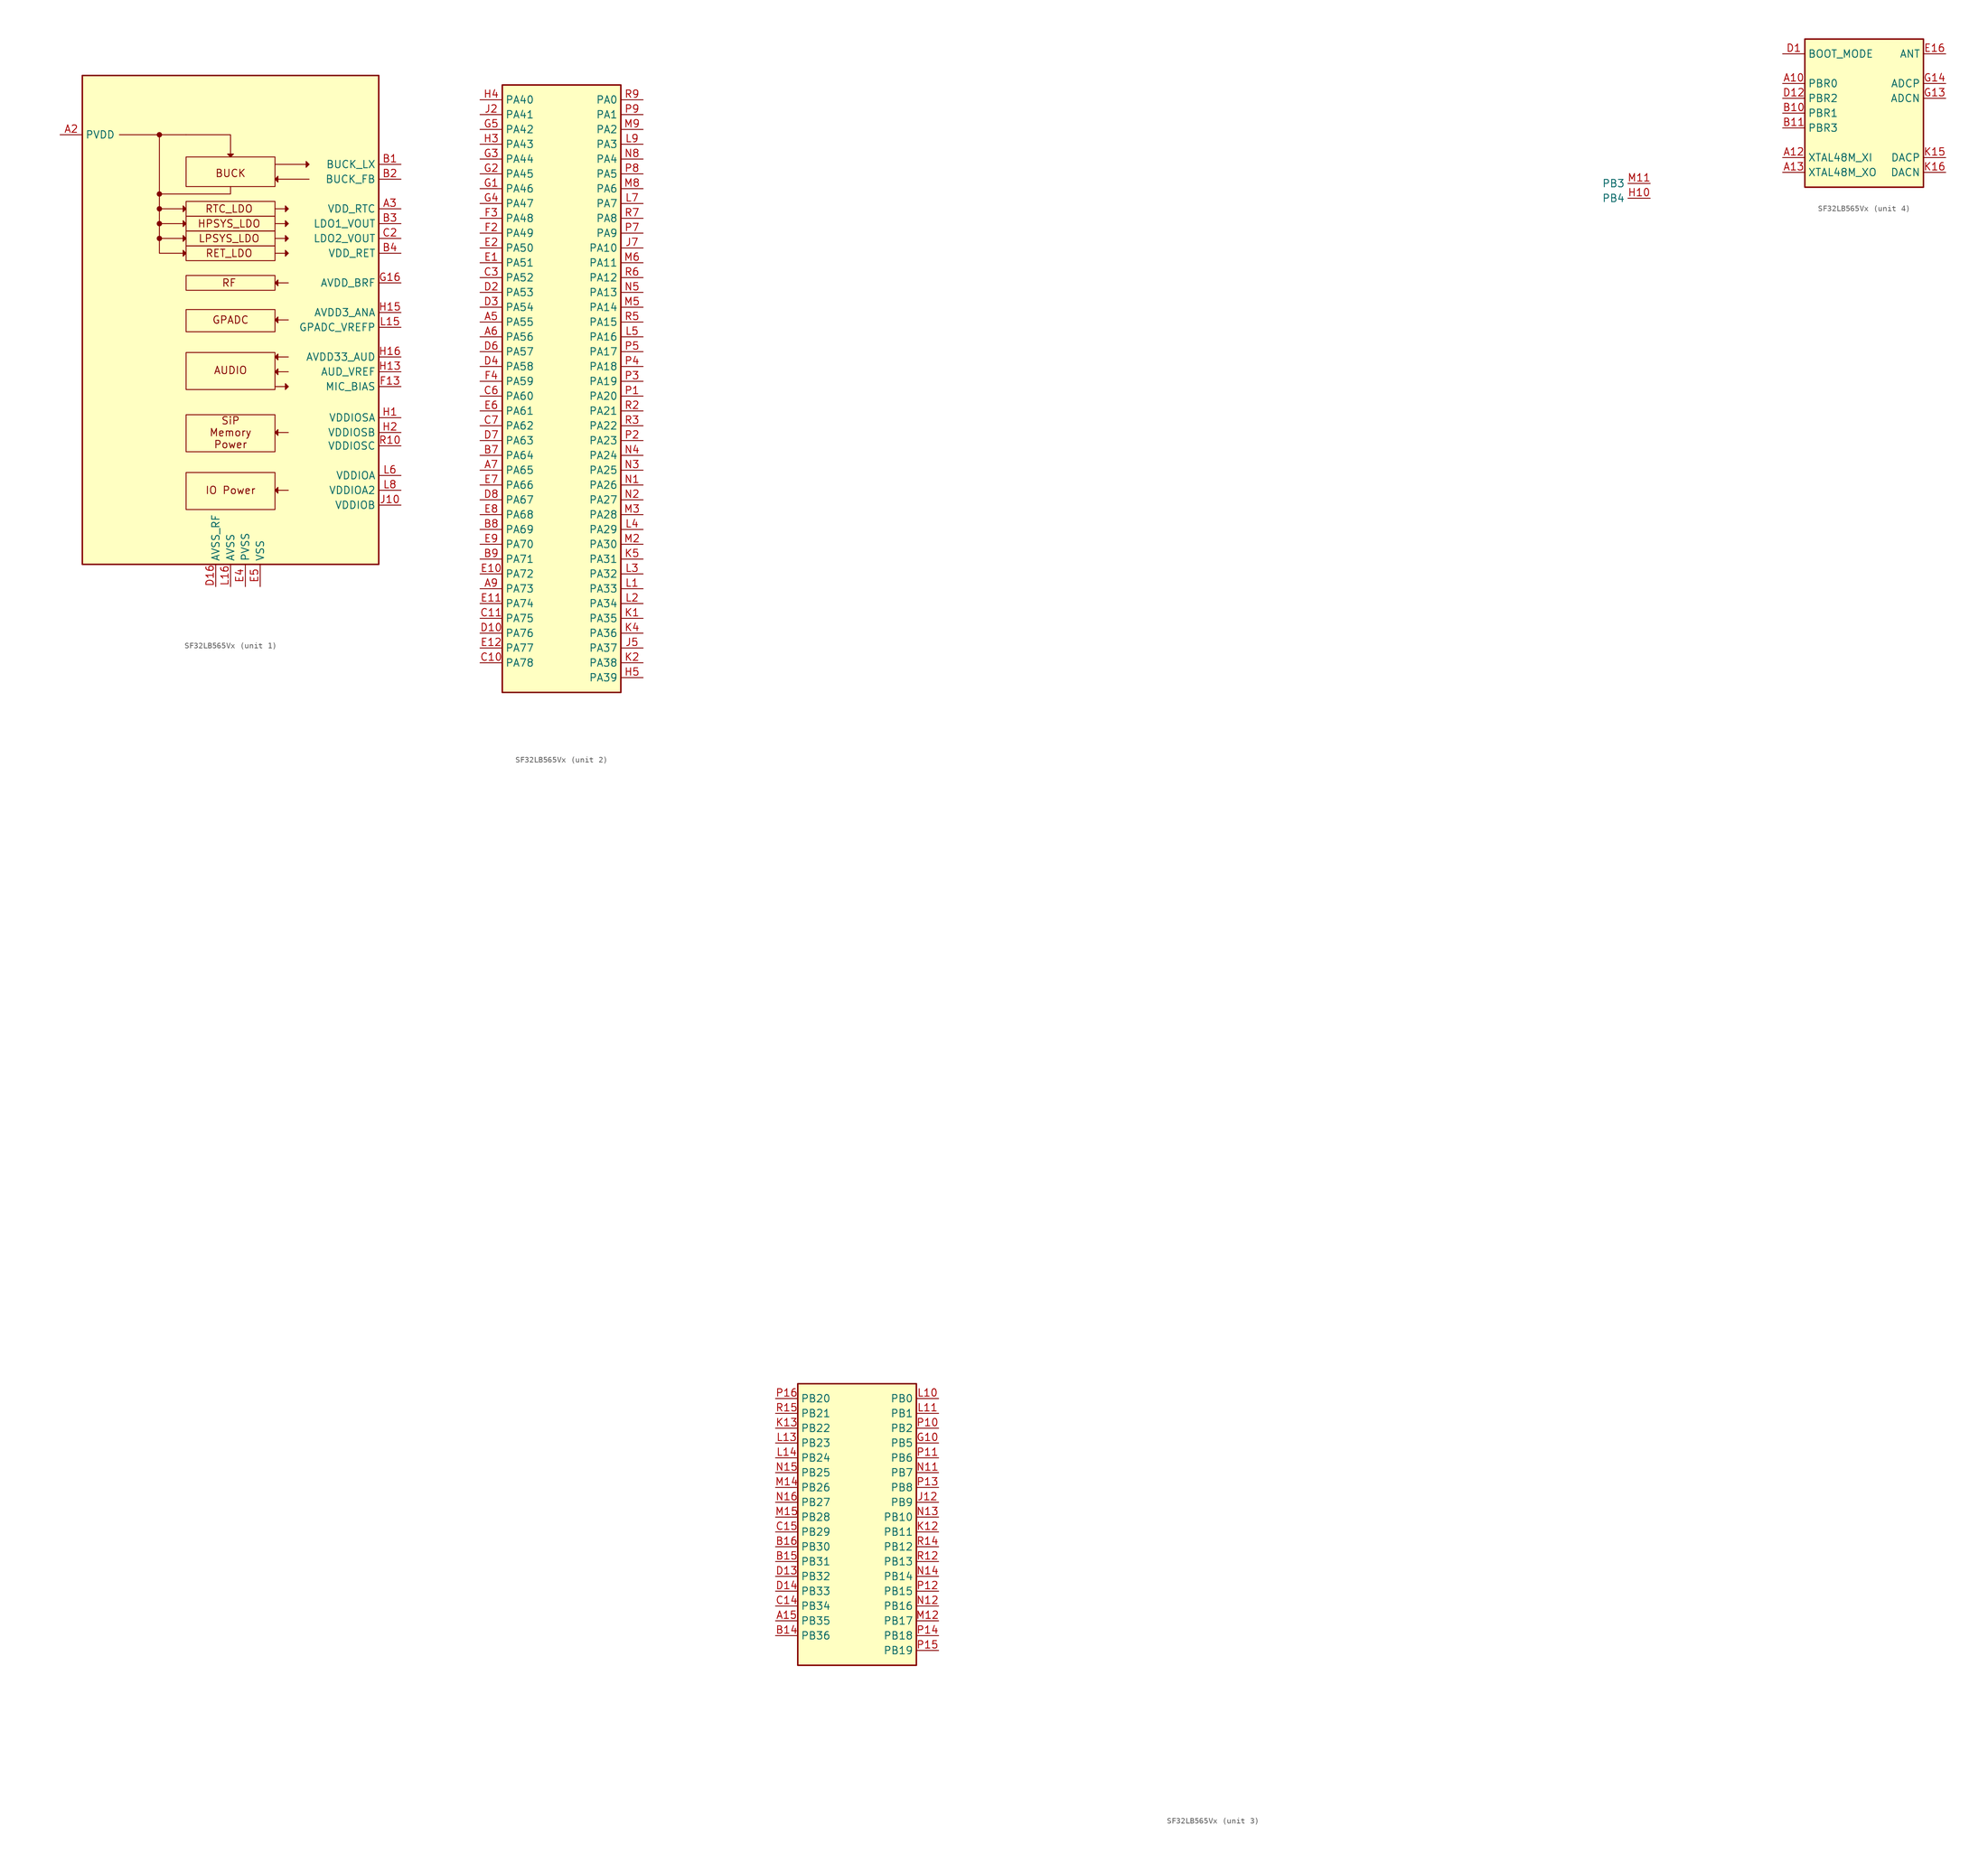
<source format=kicad_sym>
(kicad_symbol_lib
  (version 20241209)
  (generator "kicad_symbol_editor")
  (generator_version "9.0")
  (symbol "SF32LB565Vx"
    (property "Reference" "U"
      (at 0 50.8 0)
      (effects (font (size 1.27 1.27)) (hide yes)))
    (property "Value" ""
      (at 0 0 0)
      (effects (font (size 1.27 1.27))))
    (property "ki_locked" ""
      (at 0 0 0)
      (effects (font (size 1.27 1.27))))
    (symbol "SF32LB565Vx_1_0"
      (pin passive line (at 5.08 -45.72 90) (length 2.54) (hide yes) (name "VSS" (effects (font (size 1.27 1.27)))) (number "G9" (effects (font (size 1.27 1.27)))))
      (pin passive line (at 5.08 -45.72 90) (length 2.54) (hide yes) (name "VSS" (effects (font (size 1.27 1.27)))) (number "H7" (effects (font (size 1.27 1.27))))))
    (symbol "SF32LB565Vx_1_1"
      (rectangle (start -25.4 40.64) (end 25.4 -43.18) (stroke (width 0.254) (type solid)) (fill (type background)))
      (circle (center -12.192 30.48) (radius 0.381) (stroke (width 0) (type default)) (fill (type outline)))
      (circle (center -12.192 20.32) (radius 0.381) (stroke (width 0) (type default)) (fill (type outline)))
      (polyline (pts (xy -12.192 20.32) (xy -12.192 30.48)) (stroke (width 0) (type default)) (fill (type none)))
      (circle (center -12.192 17.78) (radius 0.381) (stroke (width 0) (type default)) (fill (type outline)))
      (circle (center -12.192 15.24) (radius 0.381) (stroke (width 0) (type default)) (fill (type outline)))
      (circle (center -12.192 12.7) (radius 0.381) (stroke (width 0) (type default)) (fill (type outline)))
      (polyline (pts (xy -7.62 30.48) (xy -19.05 30.48)) (stroke (width 0) (type default)) (fill (type none)))
      (rectangle (start -7.62 26.67) (end 7.62 21.59) (stroke (width 0) (type default)) (fill (type none)))
      (rectangle (start -7.62 19.05) (end 7.62 16.51) (stroke (width 0) (type default)) (fill (type none)))
      (polyline (pts (xy -7.62 17.78) (xy -12.192 17.78)) (stroke (width 0) (type default)) (fill (type none)))
      (polyline (pts (xy -7.62 17.78) (xy -8.128 18.288) (xy -8.128 17.272) (xy -7.62 17.78)) (stroke (width 0) (type default)) (fill (type outline)))
      (rectangle (start -7.62 16.51) (end 7.62 13.97) (stroke (width 0) (type default)) (fill (type none)))
      (polyline (pts (xy -7.62 15.24) (xy -12.192 15.24)) (stroke (width 0) (type default)) (fill (type none)))
      (polyline (pts (xy -7.62 15.24) (xy -8.128 15.748) (xy -8.128 14.732) (xy -7.62 15.24)) (stroke (width 0) (type default)) (fill (type outline)))
      (rectangle (start -7.62 13.97) (end 7.62 11.43) (stroke (width 0) (type default)) (fill (type none)))
      (polyline (pts (xy -7.62 12.7) (xy -12.192 12.7)) (stroke (width 0) (type default)) (fill (type none)))
      (polyline (pts (xy -7.62 12.7) (xy -8.128 13.208) (xy -8.128 12.192) (xy -7.62 12.7)) (stroke (width 0) (type default)) (fill (type outline)))
      (rectangle (start -7.62 11.43) (end 7.62 8.89) (stroke (width 0) (type default)) (fill (type none)))
      (polyline (pts (xy -7.62 10.16) (xy -8.128 10.668) (xy -8.128 9.652) (xy -7.62 10.16)) (stroke (width 0) (type default)) (fill (type outline)))
      (rectangle (start -7.62 6.35) (end 7.62 3.81) (stroke (width 0) (type default)) (fill (type none)))
      (rectangle (start -7.62 0.508) (end 7.62 -3.302) (stroke (width 0) (type default)) (fill (type none)))
      (rectangle (start -7.62 -6.858) (end 7.62 -13.208) (stroke (width 0) (type default)) (fill (type none)))
      (rectangle (start -7.62 -17.526) (end 7.62 -23.876) (stroke (width 0) (type default)) (fill (type none)))
      (rectangle (start -7.62 -27.432) (end 7.62 -33.782) (stroke (width 0) (type default)) (fill (type none)))
      (polyline (pts (xy 0 26.67) (xy 0 30.48) (xy -7.62 30.48)) (stroke (width 0) (type default)) (fill (type none)))
      (polyline (pts (xy 0 26.67) (xy 0.508 27.178) (xy -0.508 27.178) (xy 0 26.67)) (stroke (width 0) (type default)) (fill (type outline)))
      (polyline (pts (xy 0 21.59) (xy 0 20.32) (xy -12.192 20.32) (xy -12.192 10.16) (xy -7.874 10.16)) (stroke (width 0) (type default)) (fill (type none)))
      (polyline (pts (xy 7.62 25.4) (xy 13.462 25.4)) (stroke (width 0) (type default)) (fill (type none)))
      (polyline (pts (xy 7.62 22.86) (xy 13.462 22.86)) (stroke (width 0) (type default)) (fill (type none)))
      (polyline (pts (xy 7.62 22.86) (xy 8.128 22.352) (xy 8.128 23.368) (xy 7.62 22.86)) (stroke (width 0) (type default)) (fill (type outline)))
      (polyline (pts (xy 7.62 17.78) (xy 9.906 17.78)) (stroke (width 0) (type default)) (fill (type none)))
      (polyline (pts (xy 7.62 15.24) (xy 9.906 15.24)) (stroke (width 0) (type default)) (fill (type none)))
      (polyline (pts (xy 7.62 12.7) (xy 9.906 12.7)) (stroke (width 0) (type default)) (fill (type none)))
      (polyline (pts (xy 7.62 10.16) (xy 9.906 10.16)) (stroke (width 0) (type default)) (fill (type none)))
      (polyline (pts (xy 7.62 5.08) (xy 9.906 5.08)) (stroke (width 0) (type default)) (fill (type none)))
      (polyline (pts (xy 7.62 5.08) (xy 8.128 5.588) (xy 8.128 4.572) (xy 7.62 5.08)) (stroke (width 0) (type default)) (fill (type outline)))
      (polyline (pts (xy 7.62 -1.27) (xy 9.906 -1.27)) (stroke (width 0) (type default)) (fill (type none)))
      (polyline (pts (xy 7.62 -1.27) (xy 8.128 -1.778) (xy 8.128 -0.762) (xy 7.62 -1.27)) (stroke (width 0) (type default)) (fill (type outline)))
      (polyline (pts (xy 7.62 -7.62) (xy 9.906 -7.62)) (stroke (width 0) (type default)) (fill (type none)))
      (polyline (pts (xy 7.62 -7.62) (xy 8.128 -8.128) (xy 8.128 -7.112) (xy 7.62 -7.62)) (stroke (width 0) (type default)) (fill (type outline)))
      (polyline (pts (xy 7.62 -10.16) (xy 9.906 -10.16)) (stroke (width 0) (type default)) (fill (type none)))
      (polyline (pts (xy 7.62 -10.16) (xy 8.128 -10.668) (xy 8.128 -9.652) (xy 7.62 -10.16)) (stroke (width 0) (type default)) (fill (type outline)))
      (polyline (pts (xy 7.62 -20.574) (xy 9.906 -20.574)) (stroke (width 0) (type default)) (fill (type none)))
      (polyline (pts (xy 7.62 -20.574) (xy 8.128 -21.082) (xy 8.128 -20.066) (xy 7.62 -20.574)) (stroke (width 0) (type default)) (fill (type outline)))
      (polyline (pts (xy 7.62 -30.48) (xy 9.906 -30.48)) (stroke (width 0) (type default)) (fill (type none)))
      (polyline (pts (xy 7.62 -30.48) (xy 8.128 -30.988) (xy 8.128 -29.972) (xy 7.62 -30.48)) (stroke (width 0) (type default)) (fill (type outline)))
      (polyline (pts (xy 9.906 17.78) (xy 9.398 18.288) (xy 9.398 17.272) (xy 9.906 17.78)) (stroke (width 0) (type default)) (fill (type outline)))
      (polyline (pts (xy 9.906 15.24) (xy 9.398 15.748) (xy 9.398 14.732) (xy 9.906 15.24)) (stroke (width 0) (type default)) (fill (type outline)))
      (polyline (pts (xy 9.906 12.7) (xy 9.398 13.208) (xy 9.398 12.192) (xy 9.906 12.7)) (stroke (width 0) (type default)) (fill (type outline)))
      (polyline (pts (xy 9.906 10.16) (xy 9.398 10.668) (xy 9.398 9.652) (xy 9.906 10.16)) (stroke (width 0) (type default)) (fill (type outline)))
      (polyline (pts (xy 9.906 -12.7) (xy 7.62 -12.7)) (stroke (width 0) (type default)) (fill (type none)))
      (polyline (pts (xy 9.906 -12.7) (xy 9.398 -13.208) (xy 9.398 -12.192) (xy 9.906 -12.7)) (stroke (width 0) (type default)) (fill (type outline)))
      (polyline (pts (xy 13.462 25.4) (xy 12.954 25.908) (xy 12.954 24.892) (xy 13.462 25.4)) (stroke (width 0) (type default)) (fill (type outline)))
      (text "RTC_LDO" (at -0.254 17.78 0) (effects (font (size 1.27 1.27))))
      (text "HPSYS_LDO" (at -0.254 15.24 0) (effects (font (size 1.27 1.27))))
      (text "LPSYS_LDO" (at -0.254 12.7 0) (effects (font (size 1.27 1.27))))
      (text "RET_LDO" (at -0.254 10.16 0) (effects (font (size 1.27 1.27))))
      (text "RF" (at -0.254 5.08 0) (effects (font (size 1.27 1.27))))
      (text "BUCK" (at 0 23.876 0) (effects (font (size 1.27 1.27))))
      (text "GPADC" (at 0 -1.27 0) (effects (font (size 1.27 1.27))))
      (text "AUDIO" (at 0 -9.906 0) (effects (font (size 1.27 1.27))))
      (text "SiP\nMemory\nPower" (at 0 -20.574 0) (effects (font (size 1.27 1.27))))
      (text "IO Power" (at 0 -30.48 0) (effects (font (size 1.27 1.27))))
      (pin power_in line (at -29.21 30.48 0) (length 3.81) (name "PVDD" (effects (font (size 1.27 1.27)))) (number "A2" (effects (font (size 1.27 1.27)))))
      (pin passive line (at -2.54 -46.99 90) (length 3.81) (hide yes) (name "AVSS_RF" (effects (font (size 1.27 1.27)))) (number "B13" (effects (font (size 1.27 1.27)))))
      (pin power_in line (at -2.54 -46.99 90) (length 3.81) (name "AVSS_RF" (effects (font (size 1.27 1.27)))) (number "D16" (effects (font (size 1.27 1.27)))))
      (pin passive line (at -2.54 -46.99 90) (length 3.81) (hide yes) (name "AVSS_RF" (effects (font (size 1.27 1.27)))) (number "F15" (effects (font (size 1.27 1.27)))))
      (pin passive line (at -2.54 -46.99 90) (length 3.81) (hide yes) (name "AVSS_RF" (effects (font (size 1.27 1.27)))) (number "G15" (effects (font (size 1.27 1.27)))))
      (pin passive line (at 0 -46.99 90) (length 3.81) (hide yes) (name "AVSS" (effects (font (size 1.27 1.27)))) (number "B12" (effects (font (size 1.27 1.27)))))
      (pin passive line (at 0 -46.99 90) (length 3.81) (hide yes) (name "AVSS" (effects (font (size 1.27 1.27)))) (number "H14" (effects (font (size 1.27 1.27)))))
      (pin passive line (at 0 -46.99 90) (length 3.81) (hide yes) (name "AVSS" (effects (font (size 1.27 1.27)))) (number "J15" (effects (font (size 1.27 1.27)))))
      (pin power_in line (at 0 -46.99 90) (length 3.81) (name "AVSS" (effects (font (size 1.27 1.27)))) (number "L16" (effects (font (size 1.27 1.27)))))
      (pin power_in line (at 2.54 -46.99 90) (length 3.81) (name "PVSS" (effects (font (size 1.27 1.27)))) (number "E4" (effects (font (size 1.27 1.27)))))
      (pin passive line (at 5.08 -46.99 90) (length 3.81) (hide yes) (name "VSS" (effects (font (size 1.27 1.27)))) (number "A1" (effects (font (size 1.27 1.27)))))
      (pin passive line (at 5.08 -46.99 90) (length 3.81) (hide yes) (name "VSS" (effects (font (size 1.27 1.27)))) (number "A16" (effects (font (size 1.27 1.27)))))
      (pin passive line (at 5.08 -46.99 90) (length 3.81) (hide yes) (name "VSS" (effects (font (size 1.27 1.27)))) (number "B5" (effects (font (size 1.27 1.27)))))
      (pin passive line (at 5.08 -46.99 90) (length 3.81) (hide yes) (name "VSS" (effects (font (size 1.27 1.27)))) (number "E13" (effects (font (size 1.27 1.27)))))
      (pin power_in line (at 5.08 -46.99 90) (length 3.81) (name "VSS" (effects (font (size 1.27 1.27)))) (number "E5" (effects (font (size 1.27 1.27)))))
      (pin passive line (at 5.08 -46.99 90) (length 3.81) (hide yes) (name "VSS" (effects (font (size 1.27 1.27)))) (number "F12" (effects (font (size 1.27 1.27)))))
      (pin passive line (at 5.08 -46.99 90) (length 3.81) (hide yes) (name "VSS" (effects (font (size 1.27 1.27)))) (number "G12" (effects (font (size 1.27 1.27)))))
      (pin passive line (at 5.08 -46.99 90) (length 3.81) (hide yes) (name "VSS" (effects (font (size 1.27 1.27)))) (number "G7" (effects (font (size 1.27 1.27)))))
      (pin passive line (at 5.08 -46.99 90) (length 3.81) (hide yes) (name "VSS" (effects (font (size 1.27 1.27)))) (number "G8" (effects (font (size 1.27 1.27)))))
      (pin passive line (at 5.08 -46.99 90) (length 3.81) (hide yes) (name "VSS" (effects (font (size 1.27 1.27)))) (number "H12" (effects (font (size 1.27 1.27)))))
      (pin passive line (at 5.08 -46.99 90) (length 3.81) (hide yes) (name "VSS" (effects (font (size 1.27 1.27)))) (number "H8" (effects (font (size 1.27 1.27)))))
      (pin passive line (at 5.08 -46.99 90) (length 3.81) (hide yes) (name "VSS" (effects (font (size 1.27 1.27)))) (number "H9" (effects (font (size 1.27 1.27)))))
      (pin passive line (at 5.08 -46.99 90) (length 3.81) (hide yes) (name "VSS" (effects (font (size 1.27 1.27)))) (number "J8" (effects (font (size 1.27 1.27)))))
      (pin passive line (at 5.08 -46.99 90) (length 3.81) (hide yes) (name "VSS" (effects (font (size 1.27 1.27)))) (number "J9" (effects (font (size 1.27 1.27)))))
      (pin passive line (at 5.08 -46.99 90) (length 3.81) (hide yes) (name "VSS" (effects (font (size 1.27 1.27)))) (number "L12" (effects (font (size 1.27 1.27)))))
      (pin passive line (at 5.08 -46.99 90) (length 3.81) (hide yes) (name "VSS" (effects (font (size 1.27 1.27)))) (number "R1" (effects (font (size 1.27 1.27)))))
      (pin passive line (at 5.08 -46.99 90) (length 3.81) (hide yes) (name "VSS" (effects (font (size 1.27 1.27)))) (number "R16" (effects (font (size 1.27 1.27)))))
      (pin output line (at 29.21 25.4 180) (length 3.81) (name "BUCK_LX" (effects (font (size 1.27 1.27)))) (number "B1" (effects (font (size 1.27 1.27)))))
      (pin power_in line (at 29.21 22.86 180) (length 3.81) (name "BUCK_FB" (effects (font (size 1.27 1.27)))) (number "B2" (effects (font (size 1.27 1.27)))))
      (pin power_out line (at 29.21 17.78 180) (length 3.81) (name "VDD_RTC" (effects (font (size 1.27 1.27)))) (number "A3" (effects (font (size 1.27 1.27)))))
      (pin power_out line (at 29.21 15.24 180) (length 3.81) (name "LDO1_VOUT" (effects (font (size 1.27 1.27)))) (number "B3" (effects (font (size 1.27 1.27)))))
      (pin power_out line (at 29.21 12.7 180) (length 3.81) (name "LDO2_VOUT" (effects (font (size 1.27 1.27)))) (number "C2" (effects (font (size 1.27 1.27)))))
      (pin power_out line (at 29.21 10.16 180) (length 3.81) (name "VDD_RET" (effects (font (size 1.27 1.27)))) (number "B4" (effects (font (size 1.27 1.27)))))
      (pin power_in line (at 29.21 5.08 180) (length 3.81) (name "AVDD_BRF" (effects (font (size 1.27 1.27)))) (number "G16" (effects (font (size 1.27 1.27)))))
      (pin power_in line (at 29.21 0 180) (length 3.81) (name "AVDD3_ANA" (effects (font (size 1.27 1.27)))) (number "H15" (effects (font (size 1.27 1.27)))))
      (pin power_in line (at 29.21 -2.54 180) (length 3.81) (name "GPADC_VREFP" (effects (font (size 1.27 1.27)))) (number "L15" (effects (font (size 1.27 1.27)))))
      (pin power_in line (at 29.21 -7.62 180) (length 3.81) (name "AVDD33_AUD" (effects (font (size 1.27 1.27)))) (number "H16" (effects (font (size 1.27 1.27)))))
      (pin power_in line (at 29.21 -10.16 180) (length 3.81) (name "AUD_VREF" (effects (font (size 1.27 1.27)))) (number "H13" (effects (font (size 1.27 1.27)))))
      (pin power_out line (at 29.21 -12.7 180) (length 3.81) (name "MIC_BIAS" (effects (font (size 1.27 1.27)))) (number "F13" (effects (font (size 1.27 1.27)))))
      (pin power_in line (at 29.21 -18.034 180) (length 3.81) (name "VDDIOSA" (effects (font (size 1.27 1.27)))) (number "H1" (effects (font (size 1.27 1.27)))))
      (pin power_in line (at 29.21 -20.574 180) (length 3.81) (name "VDDIOSB" (effects (font (size 1.27 1.27)))) (number "H2" (effects (font (size 1.27 1.27)))))
      (pin power_in line (at 29.21 -22.86 180) (length 3.81) (name "VDDIOSC" (effects (font (size 1.27 1.27)))) (number "R10" (effects (font (size 1.27 1.27)))))
      (pin power_in line (at 29.21 -27.94 180) (length 3.81) (name "VDDIOA" (effects (font (size 1.27 1.27)))) (number "L6" (effects (font (size 1.27 1.27)))))
      (pin power_in line (at 29.21 -30.48 180) (length 3.81) (name "VDDIOA2" (effects (font (size 1.27 1.27)))) (number "L8" (effects (font (size 1.27 1.27)))))
      (pin power_in line (at 29.21 -33.02 180) (length 3.81) (name "VDDIOB" (effects (font (size 1.27 1.27)))) (number "J10" (effects (font (size 1.27 1.27))))))
    (symbol "SF32LB565Vx_2_0"
      (pin bidirectional line (at 13.97 -38.1 180) (length 3.81) (name "PA35" (effects (font (size 1.27 1.27)))) (number "K1" (effects (font (size 1.27 1.27))))))
    (symbol "SF32LB565Vx_2_1"
      (rectangle (start -10.16 53.34) (end 10.16 -50.8) (stroke (width 0.254) (type solid)) (fill (type background)))
      (pin bidirectional line (at -13.97 50.8 0) (length 3.81) (name "PA40" (effects (font (size 1.27 1.27)))) (number "H4" (effects (font (size 1.27 1.27)))))
      (pin bidirectional line (at -13.97 48.26 0) (length 3.81) (name "PA41" (effects (font (size 1.27 1.27)))) (number "J2" (effects (font (size 1.27 1.27)))))
      (pin bidirectional line (at -13.97 45.72 0) (length 3.81) (name "PA42" (effects (font (size 1.27 1.27)))) (number "G5" (effects (font (size 1.27 1.27)))))
      (pin bidirectional line (at -13.97 43.18 0) (length 3.81) (name "PA43" (effects (font (size 1.27 1.27)))) (number "H3" (effects (font (size 1.27 1.27)))))
      (pin bidirectional line (at -13.97 40.64 0) (length 3.81) (name "PA44" (effects (font (size 1.27 1.27)))) (number "G3" (effects (font (size 1.27 1.27)))))
      (pin bidirectional line (at -13.97 38.1 0) (length 3.81) (name "PA45" (effects (font (size 1.27 1.27)))) (number "G2" (effects (font (size 1.27 1.27)))))
      (pin bidirectional line (at -13.97 35.56 0) (length 3.81) (name "PA46" (effects (font (size 1.27 1.27)))) (number "G1" (effects (font (size 1.27 1.27)))))
      (pin bidirectional line (at -13.97 33.02 0) (length 3.81) (name "PA47" (effects (font (size 1.27 1.27)))) (number "G4" (effects (font (size 1.27 1.27)))))
      (pin bidirectional line (at -13.97 30.48 0) (length 3.81) (name "PA48" (effects (font (size 1.27 1.27)))) (number "F3" (effects (font (size 1.27 1.27)))))
      (pin bidirectional line (at -13.97 27.94 0) (length 3.81) (name "PA49" (effects (font (size 1.27 1.27)))) (number "F2" (effects (font (size 1.27 1.27)))))
      (pin bidirectional line (at -13.97 25.4 0) (length 3.81) (name "PA50" (effects (font (size 1.27 1.27)))) (number "E2" (effects (font (size 1.27 1.27)))))
      (pin bidirectional line (at -13.97 22.86 0) (length 3.81) (name "PA51" (effects (font (size 1.27 1.27)))) (number "E1" (effects (font (size 1.27 1.27)))))
      (pin bidirectional line (at -13.97 20.32 0) (length 3.81) (name "PA52" (effects (font (size 1.27 1.27)))) (number "C3" (effects (font (size 1.27 1.27)))))
      (pin bidirectional line (at -13.97 17.78 0) (length 3.81) (name "PA53" (effects (font (size 1.27 1.27)))) (number "D2" (effects (font (size 1.27 1.27)))))
      (pin bidirectional line (at -13.97 15.24 0) (length 3.81) (name "PA54" (effects (font (size 1.27 1.27)))) (number "D3" (effects (font (size 1.27 1.27)))))
      (pin bidirectional line (at -13.97 12.7 0) (length 3.81) (name "PA55" (effects (font (size 1.27 1.27)))) (number "A5" (effects (font (size 1.27 1.27)))))
      (pin bidirectional line (at -13.97 10.16 0) (length 3.81) (name "PA56" (effects (font (size 1.27 1.27)))) (number "A6" (effects (font (size 1.27 1.27)))))
      (pin bidirectional line (at -13.97 7.62 0) (length 3.81) (name "PA57" (effects (font (size 1.27 1.27)))) (number "D6" (effects (font (size 1.27 1.27)))))
      (pin bidirectional line (at -13.97 5.08 0) (length 3.81) (name "PA58" (effects (font (size 1.27 1.27)))) (number "D4" (effects (font (size 1.27 1.27)))))
      (pin bidirectional line (at -13.97 2.54 0) (length 3.81) (name "PA59" (effects (font (size 1.27 1.27)))) (number "F4" (effects (font (size 1.27 1.27)))))
      (pin bidirectional line (at -13.97 0 0) (length 3.81) (name "PA60" (effects (font (size 1.27 1.27)))) (number "C6" (effects (font (size 1.27 1.27)))))
      (pin bidirectional line (at -13.97 -2.54 0) (length 3.81) (name "PA61" (effects (font (size 1.27 1.27)))) (number "E6" (effects (font (size 1.27 1.27)))))
      (pin bidirectional line (at -13.97 -5.08 0) (length 3.81) (name "PA62" (effects (font (size 1.27 1.27)))) (number "C7" (effects (font (size 1.27 1.27)))))
      (pin bidirectional line (at -13.97 -7.62 0) (length 3.81) (name "PA63" (effects (font (size 1.27 1.27)))) (number "D7" (effects (font (size 1.27 1.27)))))
      (pin bidirectional line (at -13.97 -10.16 0) (length 3.81) (name "PA64" (effects (font (size 1.27 1.27)))) (number "B7" (effects (font (size 1.27 1.27)))))
      (pin bidirectional line (at -13.97 -12.7 0) (length 3.81) (name "PA65" (effects (font (size 1.27 1.27)))) (number "A7" (effects (font (size 1.27 1.27)))))
      (pin bidirectional line (at -13.97 -15.24 0) (length 3.81) (name "PA66" (effects (font (size 1.27 1.27)))) (number "E7" (effects (font (size 1.27 1.27)))))
      (pin bidirectional line (at -13.97 -17.78 0) (length 3.81) (name "PA67" (effects (font (size 1.27 1.27)))) (number "D8" (effects (font (size 1.27 1.27)))))
      (pin bidirectional line (at -13.97 -20.32 0) (length 3.81) (name "PA68" (effects (font (size 1.27 1.27)))) (number "E8" (effects (font (size 1.27 1.27)))))
      (pin bidirectional line (at -13.97 -22.86 0) (length 3.81) (name "PA69" (effects (font (size 1.27 1.27)))) (number "B8" (effects (font (size 1.27 1.27)))))
      (pin bidirectional line (at -13.97 -25.4 0) (length 3.81) (name "PA70" (effects (font (size 1.27 1.27)))) (number "E9" (effects (font (size 1.27 1.27)))))
      (pin bidirectional line (at -13.97 -27.94 0) (length 3.81) (name "PA71" (effects (font (size 1.27 1.27)))) (number "B9" (effects (font (size 1.27 1.27)))))
      (pin bidirectional line (at -13.97 -30.48 0) (length 3.81) (name "PA72" (effects (font (size 1.27 1.27)))) (number "E10" (effects (font (size 1.27 1.27)))))
      (pin bidirectional line (at -13.97 -33.02 0) (length 3.81) (name "PA73" (effects (font (size 1.27 1.27)))) (number "A9" (effects (font (size 1.27 1.27)))))
      (pin bidirectional line (at -13.97 -35.56 0) (length 3.81) (name "PA74" (effects (font (size 1.27 1.27)))) (number "E11" (effects (font (size 1.27 1.27)))))
      (pin bidirectional line (at -13.97 -38.1 0) (length 3.81) (name "PA75" (effects (font (size 1.27 1.27)))) (number "C11" (effects (font (size 1.27 1.27)))))
      (pin bidirectional line (at -13.97 -40.64 0) (length 3.81) (name "PA76" (effects (font (size 1.27 1.27)))) (number "D10" (effects (font (size 1.27 1.27)))))
      (pin bidirectional line (at -13.97 -43.18 0) (length 3.81) (name "PA77" (effects (font (size 1.27 1.27)))) (number "E12" (effects (font (size 1.27 1.27)))))
      (pin bidirectional line (at -13.97 -45.72 0) (length 3.81) (name "PA78" (effects (font (size 1.27 1.27)))) (number "C10" (effects (font (size 1.27 1.27)))))
      (pin bidirectional line (at 13.97 50.8 180) (length 3.81) (name "PA0" (effects (font (size 1.27 1.27)))) (number "R9" (effects (font (size 1.27 1.27)))))
      (pin bidirectional line (at 13.97 48.26 180) (length 3.81) (name "PA1" (effects (font (size 1.27 1.27)))) (number "P9" (effects (font (size 1.27 1.27)))))
      (pin bidirectional line (at 13.97 45.72 180) (length 3.81) (name "PA2" (effects (font (size 1.27 1.27)))) (number "M9" (effects (font (size 1.27 1.27)))))
      (pin bidirectional line (at 13.97 43.18 180) (length 3.81) (name "PA3" (effects (font (size 1.27 1.27)))) (number "L9" (effects (font (size 1.27 1.27)))))
      (pin bidirectional line (at 13.97 40.64 180) (length 3.81) (name "PA4" (effects (font (size 1.27 1.27)))) (number "N8" (effects (font (size 1.27 1.27)))))
      (pin bidirectional line (at 13.97 38.1 180) (length 3.81) (name "PA5" (effects (font (size 1.27 1.27)))) (number "P8" (effects (font (size 1.27 1.27)))))
      (pin bidirectional line (at 13.97 35.56 180) (length 3.81) (name "PA6" (effects (font (size 1.27 1.27)))) (number "M8" (effects (font (size 1.27 1.27)))))
      (pin bidirectional line (at 13.97 33.02 180) (length 3.81) (name "PA7" (effects (font (size 1.27 1.27)))) (number "L7" (effects (font (size 1.27 1.27)))))
      (pin bidirectional line (at 13.97 30.48 180) (length 3.81) (name "PA8" (effects (font (size 1.27 1.27)))) (number "R7" (effects (font (size 1.27 1.27)))))
      (pin bidirectional line (at 13.97 27.94 180) (length 3.81) (name "PA9" (effects (font (size 1.27 1.27)))) (number "P7" (effects (font (size 1.27 1.27)))))
      (pin bidirectional line (at 13.97 25.4 180) (length 3.81) (name "PA10" (effects (font (size 1.27 1.27)))) (number "J7" (effects (font (size 1.27 1.27)))))
      (pin bidirectional line (at 13.97 22.86 180) (length 3.81) (name "PA11" (effects (font (size 1.27 1.27)))) (number "M6" (effects (font (size 1.27 1.27)))))
      (pin bidirectional line (at 13.97 20.32 180) (length 3.81) (name "PA12" (effects (font (size 1.27 1.27)))) (number "R6" (effects (font (size 1.27 1.27)))))
      (pin bidirectional line (at 13.97 17.78 180) (length 3.81) (name "PA13" (effects (font (size 1.27 1.27)))) (number "N5" (effects (font (size 1.27 1.27)))))
      (pin bidirectional line (at 13.97 15.24 180) (length 3.81) (name "PA14" (effects (font (size 1.27 1.27)))) (number "M5" (effects (font (size 1.27 1.27)))))
      (pin bidirectional line (at 13.97 12.7 180) (length 3.81) (name "PA15" (effects (font (size 1.27 1.27)))) (number "R5" (effects (font (size 1.27 1.27)))))
      (pin bidirectional line (at 13.97 10.16 180) (length 3.81) (name "PA16" (effects (font (size 1.27 1.27)))) (number "L5" (effects (font (size 1.27 1.27)))))
      (pin bidirectional line (at 13.97 7.62 180) (length 3.81) (name "PA17" (effects (font (size 1.27 1.27)))) (number "P5" (effects (font (size 1.27 1.27)))))
      (pin bidirectional line (at 13.97 5.08 180) (length 3.81) (name "PA18" (effects (font (size 1.27 1.27)))) (number "P4" (effects (font (size 1.27 1.27)))))
      (pin bidirectional line (at 13.97 2.54 180) (length 3.81) (name "PA19" (effects (font (size 1.27 1.27)))) (number "P3" (effects (font (size 1.27 1.27)))))
      (pin bidirectional line (at 13.97 0 180) (length 3.81) (name "PA20" (effects (font (size 1.27 1.27)))) (number "P1" (effects (font (size 1.27 1.27)))))
      (pin bidirectional line (at 13.97 -2.54 180) (length 3.81) (name "PA21" (effects (font (size 1.27 1.27)))) (number "R2" (effects (font (size 1.27 1.27)))))
      (pin bidirectional line (at 13.97 -5.08 180) (length 3.81) (name "PA22" (effects (font (size 1.27 1.27)))) (number "R3" (effects (font (size 1.27 1.27)))))
      (pin bidirectional line (at 13.97 -7.62 180) (length 3.81) (name "PA23" (effects (font (size 1.27 1.27)))) (number "P2" (effects (font (size 1.27 1.27)))))
      (pin bidirectional line (at 13.97 -10.16 180) (length 3.81) (name "PA24" (effects (font (size 1.27 1.27)))) (number "N4" (effects (font (size 1.27 1.27)))))
      (pin bidirectional line (at 13.97 -12.7 180) (length 3.81) (name "PA25" (effects (font (size 1.27 1.27)))) (number "N3" (effects (font (size 1.27 1.27)))))
      (pin bidirectional line (at 13.97 -15.24 180) (length 3.81) (name "PA26" (effects (font (size 1.27 1.27)))) (number "N1" (effects (font (size 1.27 1.27)))))
      (pin bidirectional line (at 13.97 -17.78 180) (length 3.81) (name "PA27" (effects (font (size 1.27 1.27)))) (number "N2" (effects (font (size 1.27 1.27)))))
      (pin bidirectional line (at 13.97 -20.32 180) (length 3.81) (name "PA28" (effects (font (size 1.27 1.27)))) (number "M3" (effects (font (size 1.27 1.27)))))
      (pin bidirectional line (at 13.97 -22.86 180) (length 3.81) (name "PA29" (effects (font (size 1.27 1.27)))) (number "L4" (effects (font (size 1.27 1.27)))))
      (pin bidirectional line (at 13.97 -25.4 180) (length 3.81) (name "PA30" (effects (font (size 1.27 1.27)))) (number "M2" (effects (font (size 1.27 1.27)))))
      (pin bidirectional line (at 13.97 -27.94 180) (length 3.81) (name "PA31" (effects (font (size 1.27 1.27)))) (number "K5" (effects (font (size 1.27 1.27)))))
      (pin bidirectional line (at 13.97 -30.48 180) (length 3.81) (name "PA32" (effects (font (size 1.27 1.27)))) (number "L3" (effects (font (size 1.27 1.27)))))
      (pin bidirectional line (at 13.97 -33.02 180) (length 3.81) (name "PA33" (effects (font (size 1.27 1.27)))) (number "L1" (effects (font (size 1.27 1.27)))))
      (pin bidirectional line (at 13.97 -35.56 180) (length 3.81) (name "PA34" (effects (font (size 1.27 1.27)))) (number "L2" (effects (font (size 1.27 1.27)))))
      (pin bidirectional line (at 13.97 -40.64 180) (length 3.81) (name "PA36" (effects (font (size 1.27 1.27)))) (number "K4" (effects (font (size 1.27 1.27)))))
      (pin bidirectional line (at 13.97 -43.18 180) (length 3.81) (name "PA37" (effects (font (size 1.27 1.27)))) (number "J5" (effects (font (size 1.27 1.27)))))
      (pin bidirectional line (at 13.97 -45.72 180) (length 3.81) (name "PA38" (effects (font (size 1.27 1.27)))) (number "K2" (effects (font (size 1.27 1.27)))))
      (pin bidirectional line (at 13.97 -48.26 180) (length 3.81) (name "PA39" (effects (font (size 1.27 1.27)))) (number "H5" (effects (font (size 1.27 1.27))))))
    (symbol "SF32LB565Vx_3_1"
      (rectangle (start -10.16 25.4) (end 10.16 -22.86) (stroke (width 0.254) (type solid)) (fill (type background)))
      (pin bidirectional line (at -13.97 22.86 0) (length 3.81) (name "PB20" (effects (font (size 1.27 1.27)))) (number "P16" (effects (font (size 1.27 1.27)))))
      (pin bidirectional line (at -13.97 20.32 0) (length 3.81) (name "PB21" (effects (font (size 1.27 1.27)))) (number "R15" (effects (font (size 1.27 1.27)))))
      (pin bidirectional line (at -13.97 17.78 0) (length 3.81) (name "PB22" (effects (font (size 1.27 1.27)))) (number "K13" (effects (font (size 1.27 1.27)))))
      (pin bidirectional line (at -13.97 15.24 0) (length 3.81) (name "PB23" (effects (font (size 1.27 1.27)))) (number "L13" (effects (font (size 1.27 1.27)))))
      (pin bidirectional line (at -13.97 12.7 0) (length 3.81) (name "PB24" (effects (font (size 1.27 1.27)))) (number "L14" (effects (font (size 1.27 1.27)))))
      (pin bidirectional line (at -13.97 10.16 0) (length 3.81) (name "PB25" (effects (font (size 1.27 1.27)))) (number "N15" (effects (font (size 1.27 1.27)))))
      (pin bidirectional line (at -13.97 7.62 0) (length 3.81) (name "PB26" (effects (font (size 1.27 1.27)))) (number "M14" (effects (font (size 1.27 1.27)))))
      (pin bidirectional line (at -13.97 5.08 0) (length 3.81) (name "PB27" (effects (font (size 1.27 1.27)))) (number "N16" (effects (font (size 1.27 1.27)))))
      (pin bidirectional line (at -13.97 2.54 0) (length 3.81) (name "PB28" (effects (font (size 1.27 1.27)))) (number "M15" (effects (font (size 1.27 1.27)))))
      (pin bidirectional line (at -13.97 0 0) (length 3.81) (name "PB29" (effects (font (size 1.27 1.27)))) (number "C15" (effects (font (size 1.27 1.27)))))
      (pin bidirectional line (at -13.97 -2.54 0) (length 3.81) (name "PB30" (effects (font (size 1.27 1.27)))) (number "B16" (effects (font (size 1.27 1.27)))))
      (pin bidirectional line (at -13.97 -5.08 0) (length 3.81) (name "PB31" (effects (font (size 1.27 1.27)))) (number "B15" (effects (font (size 1.27 1.27)))))
      (pin bidirectional line (at -13.97 -7.62 0) (length 3.81) (name "PB32" (effects (font (size 1.27 1.27)))) (number "D13" (effects (font (size 1.27 1.27)))))
      (pin bidirectional line (at -13.97 -10.16 0) (length 3.81) (name "PB33" (effects (font (size 1.27 1.27)))) (number "D14" (effects (font (size 1.27 1.27)))))
      (pin bidirectional line (at -13.97 -12.7 0) (length 3.81) (name "PB34" (effects (font (size 1.27 1.27)))) (number "C14" (effects (font (size 1.27 1.27)))))
      (pin bidirectional line (at -13.97 -15.24 0) (length 3.81) (name "PB35" (effects (font (size 1.27 1.27)))) (number "A15" (effects (font (size 1.27 1.27)))))
      (pin bidirectional line (at -13.97 -17.78 0) (length 3.81) (name "PB36" (effects (font (size 1.27 1.27)))) (number "B14" (effects (font (size 1.27 1.27)))))
      (pin bidirectional line (at 13.97 22.86 180) (length 3.81) (name "PB0" (effects (font (size 1.27 1.27)))) (number "L10" (effects (font (size 1.27 1.27)))))
      (pin bidirectional line (at 13.97 20.32 180) (length 3.81) (name "PB1" (effects (font (size 1.27 1.27)))) (number "L11" (effects (font (size 1.27 1.27)))))
      (pin bidirectional line (at 13.97 17.78 180) (length 3.81) (name "PB2" (effects (font (size 1.27 1.27)))) (number "P10" (effects (font (size 1.27 1.27)))))
      (pin bidirectional line (at 13.97 15.24 180) (length 3.81) (name "PB5" (effects (font (size 1.27 1.27)))) (number "G10" (effects (font (size 1.27 1.27)))))
      (pin bidirectional line (at 13.97 12.7 180) (length 3.81) (name "PB6" (effects (font (size 1.27 1.27)))) (number "P11" (effects (font (size 1.27 1.27)))))
      (pin bidirectional line (at 13.97 10.16 180) (length 3.81) (name "PB7" (effects (font (size 1.27 1.27)))) (number "N11" (effects (font (size 1.27 1.27)))))
      (pin bidirectional line (at 13.97 7.62 180) (length 3.81) (name "PB8" (effects (font (size 1.27 1.27)))) (number "P13" (effects (font (size 1.27 1.27)))))
      (pin bidirectional line (at 13.97 5.08 180) (length 3.81) (name "PB9" (effects (font (size 1.27 1.27)))) (number "J12" (effects (font (size 1.27 1.27)))))
      (pin bidirectional line (at 13.97 2.54 180) (length 3.81) (name "PB10" (effects (font (size 1.27 1.27)))) (number "N13" (effects (font (size 1.27 1.27)))))
      (pin bidirectional line (at 13.97 0 180) (length 3.81) (name "PB11" (effects (font (size 1.27 1.27)))) (number "K12" (effects (font (size 1.27 1.27)))))
      (pin bidirectional line (at 13.97 -2.54 180) (length 3.81) (name "PB12" (effects (font (size 1.27 1.27)))) (number "R14" (effects (font (size 1.27 1.27)))))
      (pin bidirectional line (at 13.97 -5.08 180) (length 3.81) (name "PB13" (effects (font (size 1.27 1.27)))) (number "R12" (effects (font (size 1.27 1.27)))))
      (pin bidirectional line (at 13.97 -7.62 180) (length 3.81) (name "PB14" (effects (font (size 1.27 1.27)))) (number "N14" (effects (font (size 1.27 1.27)))))
      (pin bidirectional line (at 13.97 -10.16 180) (length 3.81) (name "PB15" (effects (font (size 1.27 1.27)))) (number "P12" (effects (font (size 1.27 1.27)))))
      (pin bidirectional line (at 13.97 -12.7 180) (length 3.81) (name "PB16" (effects (font (size 1.27 1.27)))) (number "N12" (effects (font (size 1.27 1.27)))))
      (pin bidirectional line (at 13.97 -15.24 180) (length 3.81) (name "PB17" (effects (font (size 1.27 1.27)))) (number "M12" (effects (font (size 1.27 1.27)))))
      (pin bidirectional line (at 13.97 -17.78 180) (length 3.81) (name "PB18" (effects (font (size 1.27 1.27)))) (number "P14" (effects (font (size 1.27 1.27)))))
      (pin bidirectional line (at 13.97 -20.32 180) (length 3.81) (name "PB19" (effects (font (size 1.27 1.27)))) (number "P15" (effects (font (size 1.27 1.27)))))
      (pin passive line (at 135.89 231.14 180) (length 3.81) (name "PB3" (effects (font (size 1.27 1.27)))) (number "M11" (effects (font (size 1.27 1.27)))))
      (pin passive line (at 135.89 228.6 180) (length 3.81) (name "PB4" (effects (font (size 1.27 1.27)))) (number "H10" (effects (font (size 1.27 1.27))))))
    (symbol "SF32LB565Vx_4_1"
      (rectangle (start -10.16 12.7) (end 10.16 -12.7) (stroke (width 0.254) (type solid)) (fill (type background)))
      (pin input line (at -13.97 10.16 0) (length 3.81) (name "BOOT_MODE" (effects (font (size 1.27 1.27)))) (number "D1" (effects (font (size 1.27 1.27)))))
      (pin bidirectional line (at -13.97 5.08 0) (length 3.81) (name "PBR0" (effects (font (size 1.27 1.27)))) (number "A10" (effects (font (size 1.27 1.27)))))
      (pin bidirectional line (at -13.97 2.54 0) (length 3.81) (name "PBR2" (effects (font (size 1.27 1.27)))) (number "D12" (effects (font (size 1.27 1.27)))))
      (pin bidirectional line (at -13.97 0 0) (length 3.81) (name "PBR1" (effects (font (size 1.27 1.27)))) (number "B10" (effects (font (size 1.27 1.27)))))
      (pin bidirectional line (at -13.97 -2.54 0) (length 3.81) (name "PBR3" (effects (font (size 1.27 1.27)))) (number "B11" (effects (font (size 1.27 1.27)))))
      (pin input line (at -13.97 -7.62 0) (length 3.81) (name "XTAL48M_XI" (effects (font (size 1.27 1.27)))) (number "A12" (effects (font (size 1.27 1.27)))))
      (pin output line (at -13.97 -10.16 0) (length 3.81) (name "XTAL48M_XO" (effects (font (size 1.27 1.27)))) (number "A13" (effects (font (size 1.27 1.27)))))
      (pin bidirectional line (at 13.97 10.16 180) (length 3.81) (name "ANT" (effects (font (size 1.27 1.27)))) (number "E16" (effects (font (size 1.27 1.27)))))
      (pin output line (at 13.97 5.08 180) (length 3.81) (name "ADCP" (effects (font (size 1.27 1.27)))) (number "G14" (effects (font (size 1.27 1.27)))))
      (pin output line (at 13.97 2.54 180) (length 3.81) (name "ADCN" (effects (font (size 1.27 1.27)))) (number "G13" (effects (font (size 1.27 1.27)))))
      (pin output line (at 13.97 -7.62 180) (length 3.81) (name "DACP" (effects (font (size 1.27 1.27)))) (number "K15" (effects (font (size 1.27 1.27)))))
      (pin output line (at 13.97 -10.16 180) (length 3.81) (name "DACN" (effects (font (size 1.27 1.27)))) (number "K16" (effects (font (size 1.27 1.27))))))))
</source>
